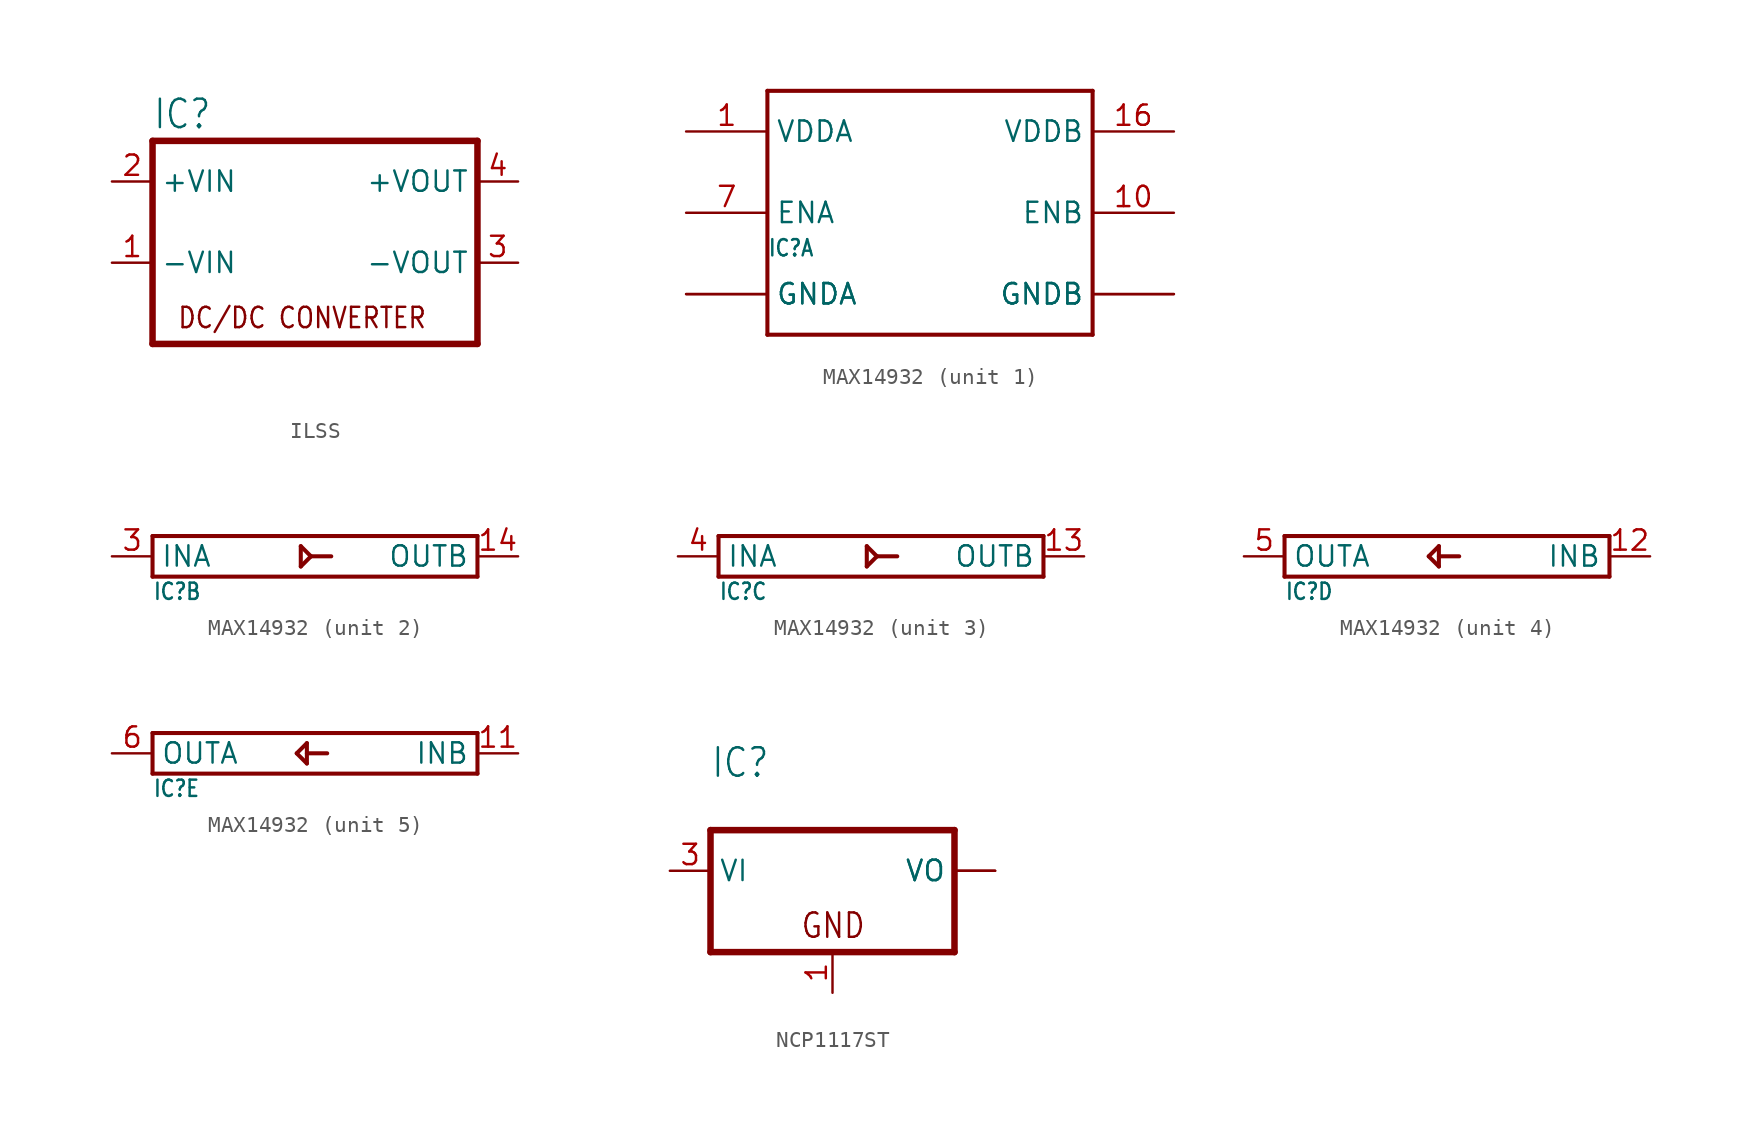
<source format=kicad_sym>
(kicad_symbol_lib
  (version 20220914)
  (generator kicad_symbol_editor)
  (symbol "ILSS"
    (property "Reference" "IC"
      (at -10.16 5.715 0)
      (effects (font (size 1.778 1.511)) (justify left bottom)))
    (property "Value" ""
      (at -10.16 -10.16 0)
      (effects (font (size 1.778 1.511)) (justify left bottom)))
    (property "ki_locked" ""
      (at 0 0 0)
      (effects (font (size 1.27 1.27))))
    (symbol "ILSS_1_0"
      (polyline (pts (xy -10.16 -7.62) (xy -10.16 5.08)) (stroke (width 0.406) (type solid)) (fill (type none)))
      (polyline (pts (xy -10.16 5.08) (xy 10.16 5.08)) (stroke (width 0.406) (type solid)) (fill (type none)))
      (polyline (pts (xy 10.16 -7.62) (xy -10.16 -7.62)) (stroke (width 0.406) (type solid)) (fill (type none)))
      (polyline (pts (xy 10.16 5.08) (xy 10.16 -7.62)) (stroke (width 0.406) (type solid)) (fill (type none)))
      (text "DC/DC CONVERTER" (at -8.636 -6.731 0) (effects (font (size 1.27 1.079)) (justify left bottom)))
      (pin passive line (at -12.7 -2.54 0) (length 2.54) (name "-VIN" (effects (font (size 1.27 1.27)))) (number "1" (effects (font (size 1.27 1.27)))))
      (pin passive line (at -12.7 2.54 0) (length 2.54) (name "+VIN" (effects (font (size 1.27 1.27)))) (number "2" (effects (font (size 1.27 1.27)))))
      (pin passive line (at 12.7 -2.54 180) (length 2.54) (name "-VOUT" (effects (font (size 1.27 1.27)))) (number "3" (effects (font (size 1.27 1.27)))))
      (pin passive line (at 12.7 2.54 180) (length 2.54) (name "+VOUT" (effects (font (size 1.27 1.27)))) (number "4" (effects (font (size 1.27 1.27)))))))
  (symbol "MAX14932"
    (property "Reference" "IC"
      (at -10.16 -2.794 0)
      (effects (font (size 1.016 0.864)) (justify left bottom)))
    (property "ki_locked" ""
      (at 0 0 0)
      (effects (font (size 1.27 1.27))))
    (symbol "MAX14932_1_0"
      (polyline (pts (xy -10.16 -7.62) (xy -10.16 7.62)) (stroke (width 0.254) (type solid)) (fill (type none)))
      (polyline (pts (xy -10.16 7.62) (xy 10.16 7.62)) (stroke (width 0.254) (type solid)) (fill (type none)))
      (polyline (pts (xy 10.16 -7.62) (xy -10.16 -7.62)) (stroke (width 0.254) (type solid)) (fill (type none)))
      (polyline (pts (xy 10.16 7.62) (xy 10.16 -7.62)) (stroke (width 0.254) (type solid)) (fill (type none)))
      (pin power_in line (at -15.24 5.08 0) (length 5.08) (name "VDDA" (effects (font (size 1.27 1.27)))) (number "1" (effects (font (size 1.27 1.27)))))
      (pin input line (at 15.24 0 180) (length 5.08) (name "ENB" (effects (font (size 1.27 1.27)))) (number "10" (effects (font (size 1.27 1.27)))))
      (pin power_in line (at 15.24 -5.08 180) (length 5.08) (name "GNDB" (effects (font (size 1.27 1.27)))) (number "15" (effects (font (size 0 0)))))
      (pin power_in line (at 15.24 5.08 180) (length 5.08) (name "VDDB" (effects (font (size 1.27 1.27)))) (number "16" (effects (font (size 1.27 1.27)))))
      (pin power_in line (at -15.24 -5.08 0) (length 5.08) (name "GNDA" (effects (font (size 1.27 1.27)))) (number "2" (effects (font (size 0 0)))))
      (pin input line (at -15.24 0 0) (length 5.08) (name "ENA" (effects (font (size 1.27 1.27)))) (number "7" (effects (font (size 1.27 1.27)))))
      (pin power_in line (at -15.24 -5.08 0) (length 5.08) (name "GNDA" (effects (font (size 1.27 1.27)))) (number "8" (effects (font (size 0 0)))))
      (pin power_in line (at 15.24 -5.08 180) (length 5.08) (name "GNDB" (effects (font (size 1.27 1.27)))) (number "9" (effects (font (size 0 0))))))
    (symbol "MAX14932_2_0"
      (polyline (pts (xy -10.16 -1.27) (xy -10.16 1.27)) (stroke (width 0.254) (type solid)) (fill (type none)))
      (polyline (pts (xy -10.16 1.27) (xy 10.16 1.27)) (stroke (width 0.254) (type solid)) (fill (type none)))
      (polyline (pts (xy -0.889 -0.635) (xy -0.254 0)) (stroke (width 0.254) (type solid)) (fill (type none)))
      (polyline (pts (xy -0.889 0.635) (xy -0.889 -0.635)) (stroke (width 0.254) (type solid)) (fill (type none)))
      (polyline (pts (xy -0.254 0) (xy -0.889 0.635)) (stroke (width 0.254) (type solid)) (fill (type none)))
      (polyline (pts (xy -0.254 0) (xy 1.016 0)) (stroke (width 0.254) (type solid)) (fill (type none)))
      (polyline (pts (xy 10.16 -1.27) (xy -10.16 -1.27)) (stroke (width 0.254) (type solid)) (fill (type none)))
      (polyline (pts (xy 10.16 1.27) (xy 10.16 -1.27)) (stroke (width 0.254) (type solid)) (fill (type none)))
      (pin output line (at 12.7 0 180) (length 2.54) (name "OUTB" (effects (font (size 1.27 1.27)))) (number "14" (effects (font (size 1.27 1.27)))))
      (pin input line (at -12.7 0 0) (length 2.54) (name "INA" (effects (font (size 1.27 1.27)))) (number "3" (effects (font (size 1.27 1.27))))))
    (symbol "MAX14932_3_0"
      (polyline (pts (xy -10.16 -1.27) (xy -10.16 1.27)) (stroke (width 0.254) (type solid)) (fill (type none)))
      (polyline (pts (xy -10.16 1.27) (xy 10.16 1.27)) (stroke (width 0.254) (type solid)) (fill (type none)))
      (polyline (pts (xy -0.889 -0.635) (xy -0.254 0)) (stroke (width 0.254) (type solid)) (fill (type none)))
      (polyline (pts (xy -0.889 0.635) (xy -0.889 -0.635)) (stroke (width 0.254) (type solid)) (fill (type none)))
      (polyline (pts (xy -0.254 0) (xy -0.889 0.635)) (stroke (width 0.254) (type solid)) (fill (type none)))
      (polyline (pts (xy -0.254 0) (xy 1.016 0)) (stroke (width 0.254) (type solid)) (fill (type none)))
      (polyline (pts (xy 10.16 -1.27) (xy -10.16 -1.27)) (stroke (width 0.254) (type solid)) (fill (type none)))
      (polyline (pts (xy 10.16 1.27) (xy 10.16 -1.27)) (stroke (width 0.254) (type solid)) (fill (type none)))
      (pin output line (at 12.7 0 180) (length 2.54) (name "OUTB" (effects (font (size 1.27 1.27)))) (number "13" (effects (font (size 1.27 1.27)))))
      (pin input line (at -12.7 0 0) (length 2.54) (name "INA" (effects (font (size 1.27 1.27)))) (number "4" (effects (font (size 1.27 1.27))))))
    (symbol "MAX14932_4_0"
      (polyline (pts (xy -10.16 -1.27) (xy -10.16 1.27)) (stroke (width 0.254) (type solid)) (fill (type none)))
      (polyline (pts (xy -10.16 1.27) (xy 10.16 1.27)) (stroke (width 0.254) (type solid)) (fill (type none)))
      (polyline (pts (xy -1.143 0) (xy -0.508 -0.635)) (stroke (width 0.254) (type solid)) (fill (type none)))
      (polyline (pts (xy -0.508 -0.635) (xy -0.508 0.635)) (stroke (width 0.254) (type solid)) (fill (type none)))
      (polyline (pts (xy -0.508 0) (xy 0.762 0)) (stroke (width 0.254) (type solid)) (fill (type none)))
      (polyline (pts (xy -0.508 0.635) (xy -1.143 0)) (stroke (width 0.254) (type solid)) (fill (type none)))
      (polyline (pts (xy 10.16 -1.27) (xy -10.16 -1.27)) (stroke (width 0.254) (type solid)) (fill (type none)))
      (polyline (pts (xy 10.16 1.27) (xy 10.16 -1.27)) (stroke (width 0.254) (type solid)) (fill (type none)))
      (pin input line (at 12.7 0 180) (length 2.54) (name "INB" (effects (font (size 1.27 1.27)))) (number "12" (effects (font (size 1.27 1.27)))))
      (pin output line (at -12.7 0 0) (length 2.54) (name "OUTA" (effects (font (size 1.27 1.27)))) (number "5" (effects (font (size 1.27 1.27))))))
    (symbol "MAX14932_5_0"
      (polyline (pts (xy -10.16 -1.27) (xy -10.16 1.27)) (stroke (width 0.254) (type solid)) (fill (type none)))
      (polyline (pts (xy -10.16 1.27) (xy 10.16 1.27)) (stroke (width 0.254) (type solid)) (fill (type none)))
      (polyline (pts (xy -1.143 0) (xy -0.508 -0.635)) (stroke (width 0.254) (type solid)) (fill (type none)))
      (polyline (pts (xy -0.508 -0.635) (xy -0.508 0.635)) (stroke (width 0.254) (type solid)) (fill (type none)))
      (polyline (pts (xy -0.508 0) (xy 0.762 0)) (stroke (width 0.254) (type solid)) (fill (type none)))
      (polyline (pts (xy -0.508 0.635) (xy -1.143 0)) (stroke (width 0.254) (type solid)) (fill (type none)))
      (polyline (pts (xy 10.16 -1.27) (xy -10.16 -1.27)) (stroke (width 0.254) (type solid)) (fill (type none)))
      (polyline (pts (xy 10.16 1.27) (xy 10.16 -1.27)) (stroke (width 0.254) (type solid)) (fill (type none)))
      (pin input line (at 12.7 0 180) (length 2.54) (name "INB" (effects (font (size 1.27 1.27)))) (number "11" (effects (font (size 1.27 1.27)))))
      (pin output line (at -12.7 0 0) (length 2.54) (name "OUTA" (effects (font (size 1.27 1.27)))) (number "6" (effects (font (size 1.27 1.27)))))))
  (symbol "NCP1117ST"
    (property "Reference" "IC"
      (at -7.62 5.715 0)
      (effects (font (size 1.778 1.511)) (justify left bottom)))
    (property "Value" ""
      (at -7.62 3.175 0)
      (effects (font (size 1.778 1.511)) (justify left bottom)))
    (property "ki_locked" ""
      (at 0 0 0)
      (effects (font (size 1.27 1.27))))
    (symbol "NCP1117ST_1_0"
      (polyline (pts (xy -7.62 -5.08) (xy 7.62 -5.08)) (stroke (width 0.406) (type solid)) (fill (type none)))
      (polyline (pts (xy -7.62 2.54) (xy -7.62 -5.08)) (stroke (width 0.406) (type solid)) (fill (type none)))
      (polyline (pts (xy 7.62 -5.08) (xy 7.62 2.54)) (stroke (width 0.406) (type solid)) (fill (type none)))
      (polyline (pts (xy 7.62 2.54) (xy -7.62 2.54)) (stroke (width 0.406) (type solid)) (fill (type none)))
      (text "GND" (at -2.032 -4.318 0) (effects (font (size 1.524 1.295)) (justify left bottom)))
      (pin passive line (at 0 -7.62 90) (length 2.54) (name "GND" (effects (font (size 0 0)))) (number "1" (effects (font (size 1.27 1.27)))))
      (pin passive line (at 10.16 0 180) (length 2.54) (name "VO" (effects (font (size 1.27 1.27)))) (number "2" (effects (font (size 0 0)))))
      (pin input line (at -10.16 0 0) (length 2.54) (name "VI" (effects (font (size 1.27 1.27)))) (number "3" (effects (font (size 1.27 1.27)))))
      (pin passive line (at 10.16 0 180) (length 2.54) (name "VO" (effects (font (size 1.27 1.27)))) (number "4" (effects (font (size 0 0))))))))
</source>
